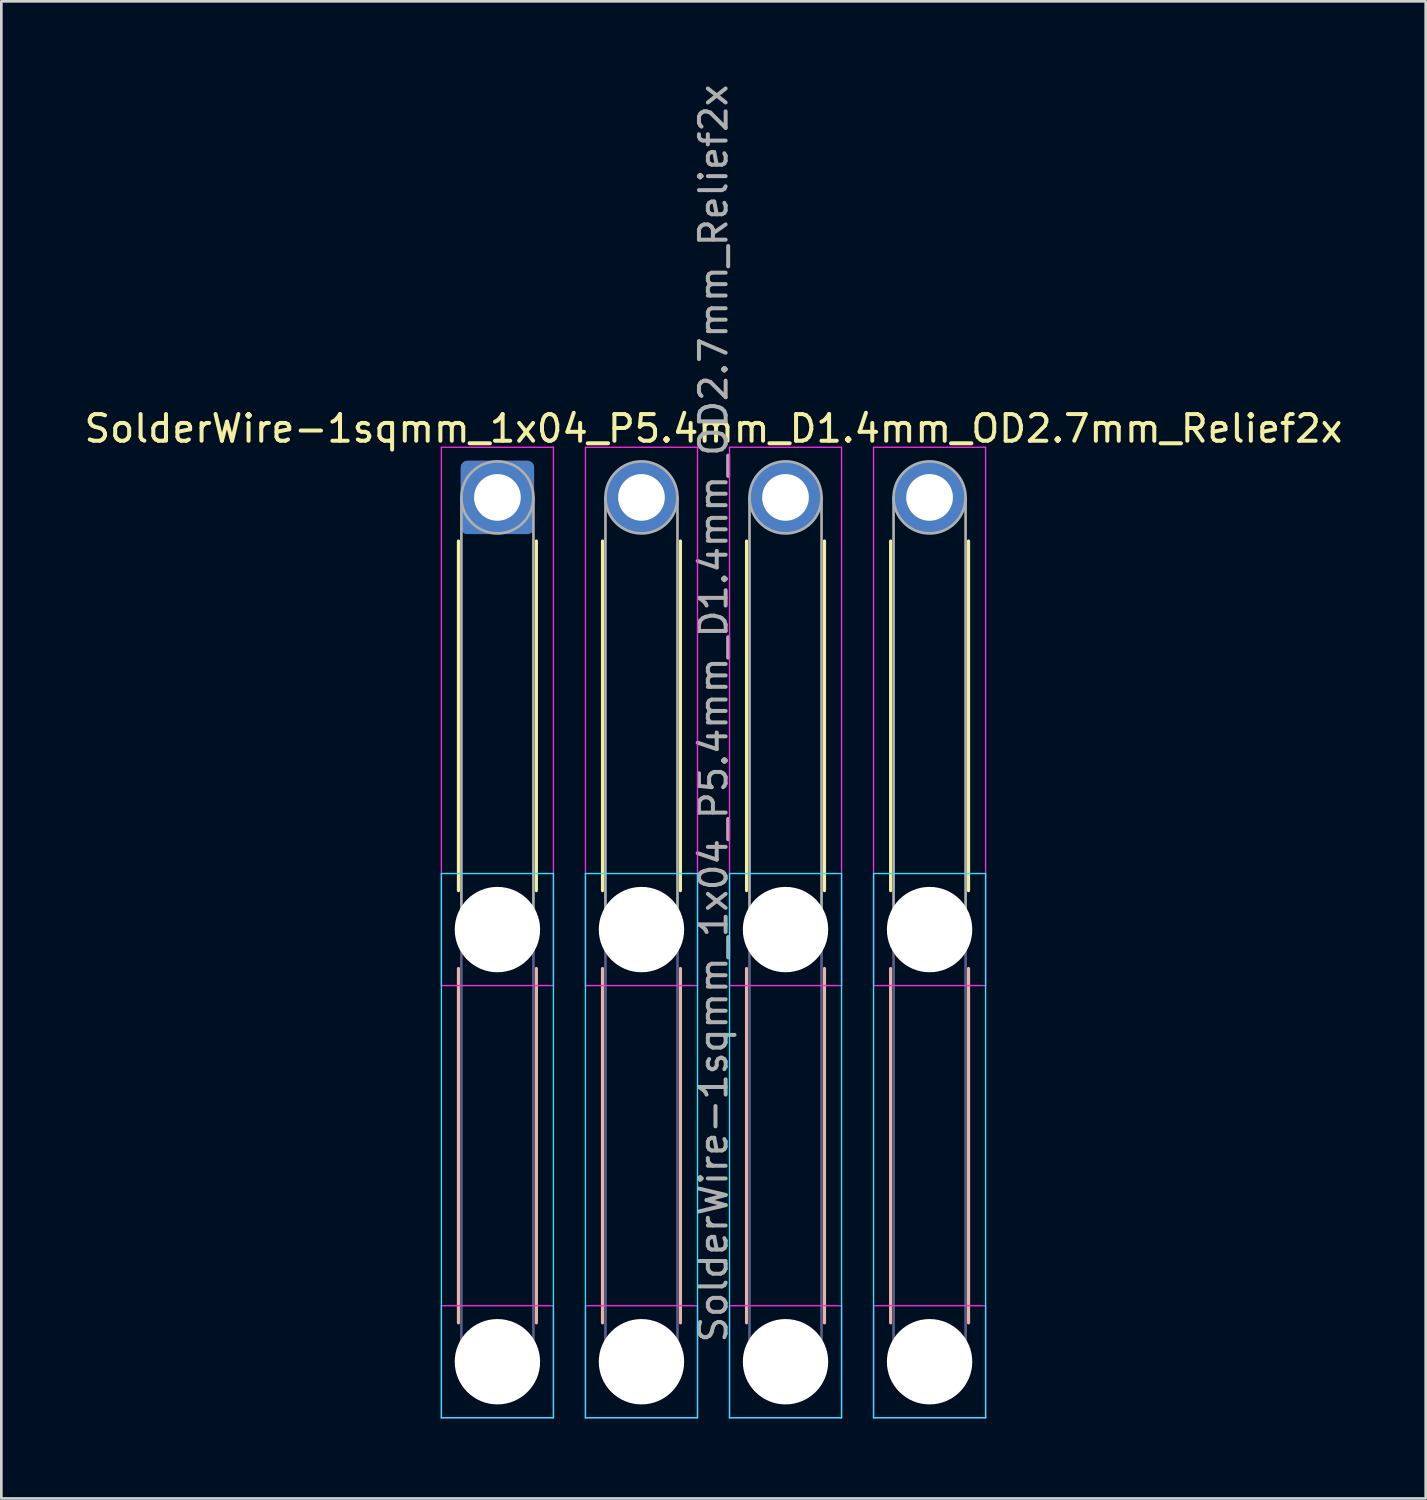
<source format=kicad_pcb>
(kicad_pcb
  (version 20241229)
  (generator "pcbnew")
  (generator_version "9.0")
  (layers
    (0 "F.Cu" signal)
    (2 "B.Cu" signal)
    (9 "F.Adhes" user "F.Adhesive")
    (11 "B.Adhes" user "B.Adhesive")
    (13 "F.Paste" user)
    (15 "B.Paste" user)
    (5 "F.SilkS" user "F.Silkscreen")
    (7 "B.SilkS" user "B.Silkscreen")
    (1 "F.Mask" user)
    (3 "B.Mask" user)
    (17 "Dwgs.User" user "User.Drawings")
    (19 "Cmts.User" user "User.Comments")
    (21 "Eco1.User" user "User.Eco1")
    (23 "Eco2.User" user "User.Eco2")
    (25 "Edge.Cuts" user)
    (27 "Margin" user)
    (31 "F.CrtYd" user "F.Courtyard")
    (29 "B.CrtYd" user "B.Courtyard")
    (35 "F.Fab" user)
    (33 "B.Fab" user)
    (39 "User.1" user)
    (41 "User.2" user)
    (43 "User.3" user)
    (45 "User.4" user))
  (footprint "SolderWire-1sqmm_1x04_P5.4mm_D1.4mm_OD2.7mm_Relief2x"
    (layer "F.Cu")
    (at 15.596 15.596)
    (property "Reference" "SolderWire-1sqmm_1x04_P5.4mm_D1.4mm_OD2.7mm_Relief2x" (at 8.1 -2.58 0) (layer "F.SilkS") (effects (font (size 1 1) (thickness 0.15))))
    (attr exclude_from_pos_files exclude_from_bom)
    (fp_line (start -1.46 1.635) (end -1.46 14.74) (stroke (width 0.12) (type solid)) (layer "F.SilkS"))
    (fp_line (start 1.46 1.635) (end 1.46 14.74) (stroke (width 0.12) (type solid)) (layer "F.SilkS"))
    (fp_line (start 3.94 1.635) (end 3.94 14.74) (stroke (width 0.12) (type solid)) (layer "F.SilkS"))
    (fp_line (start 6.86 1.635) (end 6.86 14.74) (stroke (width 0.12) (type solid)) (layer "F.SilkS"))
    (fp_line (start 9.34 1.635) (end 9.34 14.74) (stroke (width 0.12) (type solid)) (layer "F.SilkS"))
    (fp_line (start 12.26 1.635) (end 12.26 14.74) (stroke (width 0.12) (type solid)) (layer "F.SilkS"))
    (fp_line (start 14.74 1.635) (end 14.74 14.74) (stroke (width 0.12) (type solid)) (layer "F.SilkS"))
    (fp_line (start 17.66 1.635) (end 17.66 14.74) (stroke (width 0.12) (type solid)) (layer "F.SilkS"))
    (fp_line (start -1.46 17.66) (end -1.46 30.94) (stroke (width 0.12) (type solid)) (layer "B.SilkS"))
    (fp_line (start 1.46 17.66) (end 1.46 30.94) (stroke (width 0.12) (type solid)) (layer "B.SilkS"))
    (fp_line (start 3.94 17.66) (end 3.94 30.94) (stroke (width 0.12) (type solid)) (layer "B.SilkS"))
    (fp_line (start 6.86 17.66) (end 6.86 30.94) (stroke (width 0.12) (type solid)) (layer "B.SilkS"))
    (fp_line (start 9.34 17.66) (end 9.34 30.94) (stroke (width 0.12) (type solid)) (layer "B.SilkS"))
    (fp_line (start 12.26 17.66) (end 12.26 30.94) (stroke (width 0.12) (type solid)) (layer "B.SilkS"))
    (fp_line (start 14.74 17.66) (end 14.74 30.94) (stroke (width 0.12) (type solid)) (layer "B.SilkS"))
    (fp_line (start 17.66 17.66) (end 17.66 30.94) (stroke (width 0.12) (type solid)) (layer "B.SilkS"))
    (fp_line (start -2.1 14.1) (end -2.1 34.5) (stroke (width 0.05) (type solid)) (layer "B.CrtYd"))
    (fp_line (start -2.1 34.5) (end 2.1 34.5) (stroke (width 0.05) (type solid)) (layer "B.CrtYd"))
    (fp_line (start 2.1 14.1) (end -2.1 14.1) (stroke (width 0.05) (type solid)) (layer "B.CrtYd"))
    (fp_line (start 2.1 34.5) (end 2.1 14.1) (stroke (width 0.05) (type solid)) (layer "B.CrtYd"))
    (fp_line (start 3.3 14.1) (end 3.3 34.5) (stroke (width 0.05) (type solid)) (layer "B.CrtYd"))
    (fp_line (start 3.3 34.5) (end 7.5 34.5) (stroke (width 0.05) (type solid)) (layer "B.CrtYd"))
    (fp_line (start 7.5 14.1) (end 3.3 14.1) (stroke (width 0.05) (type solid)) (layer "B.CrtYd"))
    (fp_line (start 7.5 34.5) (end 7.5 14.1) (stroke (width 0.05) (type solid)) (layer "B.CrtYd"))
    (fp_line (start 8.7 14.1) (end 8.7 34.5) (stroke (width 0.05) (type solid)) (layer "B.CrtYd"))
    (fp_line (start 8.7 34.5) (end 12.9 34.5) (stroke (width 0.05) (type solid)) (layer "B.CrtYd"))
    (fp_line (start 12.9 14.1) (end 8.7 14.1) (stroke (width 0.05) (type solid)) (layer "B.CrtYd"))
    (fp_line (start 12.9 34.5) (end 12.9 14.1) (stroke (width 0.05) (type solid)) (layer "B.CrtYd"))
    (fp_line (start 14.1 14.1) (end 14.1 34.5) (stroke (width 0.05) (type solid)) (layer "B.CrtYd"))
    (fp_line (start 14.1 34.5) (end 18.3 34.5) (stroke (width 0.05) (type solid)) (layer "B.CrtYd"))
    (fp_line (start 18.3 14.1) (end 14.1 14.1) (stroke (width 0.05) (type solid)) (layer "B.CrtYd"))
    (fp_line (start 18.3 34.5) (end 18.3 14.1) (stroke (width 0.05) (type solid)) (layer "B.CrtYd"))
    (fp_line (start -2.1 -1.88) (end -2.1 18.3) (stroke (width 0.05) (type solid)) (layer "F.CrtYd"))
    (fp_line (start -2.1 18.3) (end 2.1 18.3) (stroke (width 0.05) (type solid)) (layer "F.CrtYd"))
    (fp_line (start -2.1 30.3) (end -2.1 34.5) (stroke (width 0.05) (type solid)) (layer "F.CrtYd"))
    (fp_line (start -2.1 34.5) (end 2.1 34.5) (stroke (width 0.05) (type solid)) (layer "F.CrtYd"))
    (fp_line (start 2.1 -1.88) (end -2.1 -1.88) (stroke (width 0.05) (type solid)) (layer "F.CrtYd"))
    (fp_line (start 2.1 18.3) (end 2.1 -1.88) (stroke (width 0.05) (type solid)) (layer "F.CrtYd"))
    (fp_line (start 2.1 30.3) (end -2.1 30.3) (stroke (width 0.05) (type solid)) (layer "F.CrtYd"))
    (fp_line (start 2.1 34.5) (end 2.1 30.3) (stroke (width 0.05) (type solid)) (layer "F.CrtYd"))
    (fp_line (start 3.3 -1.88) (end 3.3 18.3) (stroke (width 0.05) (type solid)) (layer "F.CrtYd"))
    (fp_line (start 3.3 18.3) (end 7.5 18.3) (stroke (width 0.05) (type solid)) (layer "F.CrtYd"))
    (fp_line (start 3.3 30.3) (end 3.3 34.5) (stroke (width 0.05) (type solid)) (layer "F.CrtYd"))
    (fp_line (start 3.3 34.5) (end 7.5 34.5) (stroke (width 0.05) (type solid)) (layer "F.CrtYd"))
    (fp_line (start 7.5 -1.88) (end 3.3 -1.88) (stroke (width 0.05) (type solid)) (layer "F.CrtYd"))
    (fp_line (start 7.5 18.3) (end 7.5 -1.88) (stroke (width 0.05) (type solid)) (layer "F.CrtYd"))
    (fp_line (start 7.5 30.3) (end 3.3 30.3) (stroke (width 0.05) (type solid)) (layer "F.CrtYd"))
    (fp_line (start 7.5 34.5) (end 7.5 30.3) (stroke (width 0.05) (type solid)) (layer "F.CrtYd"))
    (fp_line (start 8.7 -1.88) (end 8.7 18.3) (stroke (width 0.05) (type solid)) (layer "F.CrtYd"))
    (fp_line (start 8.7 18.3) (end 12.9 18.3) (stroke (width 0.05) (type solid)) (layer "F.CrtYd"))
    (fp_line (start 8.7 30.3) (end 8.7 34.5) (stroke (width 0.05) (type solid)) (layer "F.CrtYd"))
    (fp_line (start 8.7 34.5) (end 12.9 34.5) (stroke (width 0.05) (type solid)) (layer "F.CrtYd"))
    (fp_line (start 12.9 -1.88) (end 8.7 -1.88) (stroke (width 0.05) (type solid)) (layer "F.CrtYd"))
    (fp_line (start 12.9 18.3) (end 12.9 -1.88) (stroke (width 0.05) (type solid)) (layer "F.CrtYd"))
    (fp_line (start 12.9 30.3) (end 8.7 30.3) (stroke (width 0.05) (type solid)) (layer "F.CrtYd"))
    (fp_line (start 12.9 34.5) (end 12.9 30.3) (stroke (width 0.05) (type solid)) (layer "F.CrtYd"))
    (fp_line (start 14.1 -1.88) (end 14.1 18.3) (stroke (width 0.05) (type solid)) (layer "F.CrtYd"))
    (fp_line (start 14.1 18.3) (end 18.3 18.3) (stroke (width 0.05) (type solid)) (layer "F.CrtYd"))
    (fp_line (start 14.1 30.3) (end 14.1 34.5) (stroke (width 0.05) (type solid)) (layer "F.CrtYd"))
    (fp_line (start 14.1 34.5) (end 18.3 34.5) (stroke (width 0.05) (type solid)) (layer "F.CrtYd"))
    (fp_line (start 18.3 -1.88) (end 14.1 -1.88) (stroke (width 0.05) (type solid)) (layer "F.CrtYd"))
    (fp_line (start 18.3 18.3) (end 18.3 -1.88) (stroke (width 0.05) (type solid)) (layer "F.CrtYd"))
    (fp_line (start 18.3 30.3) (end 14.1 30.3) (stroke (width 0.05) (type solid)) (layer "F.CrtYd"))
    (fp_line (start 18.3 34.5) (end 18.3 30.3) (stroke (width 0.05) (type solid)) (layer "F.CrtYd"))
    (fp_line (start -1.35 16.2) (end -1.35 32.4) (stroke (width 0.1) (type solid)) (layer "B.Fab"))
    (fp_line (start 1.35 16.2) (end 1.35 32.4) (stroke (width 0.1) (type solid)) (layer "B.Fab"))
    (fp_line (start 4.05 16.2) (end 4.05 32.4) (stroke (width 0.1) (type solid)) (layer "B.Fab"))
    (fp_line (start 6.75 16.2) (end 6.75 32.4) (stroke (width 0.1) (type solid)) (layer "B.Fab"))
    (fp_line (start 9.45 16.2) (end 9.45 32.4) (stroke (width 0.1) (type solid)) (layer "B.Fab"))
    (fp_line (start 12.15 16.2) (end 12.15 32.4) (stroke (width 0.1) (type solid)) (layer "B.Fab"))
    (fp_line (start 14.85 16.2) (end 14.85 32.4) (stroke (width 0.1) (type solid)) (layer "B.Fab"))
    (fp_line (start 17.55 16.2) (end 17.55 32.4) (stroke (width 0.1) (type solid)) (layer "B.Fab"))
    (fp_circle (center 0 16.2) (end 1.35 16.2) (stroke (width 0.1) (type solid)) (fill no) (layer "B.Fab"))
    (fp_circle (center 0 32.4) (end 1.35 32.4) (stroke (width 0.1) (type solid)) (fill no) (layer "B.Fab"))
    (fp_circle (center 5.4 16.2) (end 6.75 16.2) (stroke (width 0.1) (type solid)) (fill no) (layer "B.Fab"))
    (fp_circle (center 5.4 32.4) (end 6.75 32.4) (stroke (width 0.1) (type solid)) (fill no) (layer "B.Fab"))
    (fp_circle (center 10.8 16.2) (end 12.15 16.2) (stroke (width 0.1) (type solid)) (fill no) (layer "B.Fab"))
    (fp_circle (center 10.8 32.4) (end 12.15 32.4) (stroke (width 0.1) (type solid)) (fill no) (layer "B.Fab"))
    (fp_circle (center 16.2 16.2) (end 17.55 16.2) (stroke (width 0.1) (type solid)) (fill no) (layer "B.Fab"))
    (fp_circle (center 16.2 32.4) (end 17.55 32.4) (stroke (width 0.1) (type solid)) (fill no) (layer "B.Fab"))
    (fp_line (start -1.35 0) (end -1.35 16.2) (stroke (width 0.1) (type solid)) (layer "F.Fab"))
    (fp_line (start 1.35 0) (end 1.35 16.2) (stroke (width 0.1) (type solid)) (layer "F.Fab"))
    (fp_line (start 4.05 0) (end 4.05 16.2) (stroke (width 0.1) (type solid)) (layer "F.Fab"))
    (fp_line (start 6.75 0) (end 6.75 16.2) (stroke (width 0.1) (type solid)) (layer "F.Fab"))
    (fp_line (start 9.45 0) (end 9.45 16.2) (stroke (width 0.1) (type solid)) (layer "F.Fab"))
    (fp_line (start 12.15 0) (end 12.15 16.2) (stroke (width 0.1) (type solid)) (layer "F.Fab"))
    (fp_line (start 14.85 0) (end 14.85 16.2) (stroke (width 0.1) (type solid)) (layer "F.Fab"))
    (fp_line (start 17.55 0) (end 17.55 16.2) (stroke (width 0.1) (type solid)) (layer "F.Fab"))
    (fp_circle (center 0 0) (end 1.35 0) (stroke (width 0.1) (type solid)) (fill no) (layer "F.Fab"))
    (fp_circle (center 0 16.2) (end 1.35 16.2) (stroke (width 0.1) (type solid)) (fill no) (layer "F.Fab"))
    (fp_circle (center 0 32.4) (end 1.35 32.4) (stroke (width 0.1) (type solid)) (fill no) (layer "F.Fab"))
    (fp_circle (center 5.4 0) (end 6.75 0) (stroke (width 0.1) (type solid)) (fill no) (layer "F.Fab"))
    (fp_circle (center 5.4 16.2) (end 6.75 16.2) (stroke (width 0.1) (type solid)) (fill no) (layer "F.Fab"))
    (fp_circle (center 5.4 32.4) (end 6.75 32.4) (stroke (width 0.1) (type solid)) (fill no) (layer "F.Fab"))
    (fp_circle (center 10.8 0) (end 12.15 0) (stroke (width 0.1) (type solid)) (fill no) (layer "F.Fab"))
    (fp_circle (center 10.8 16.2) (end 12.15 16.2) (stroke (width 0.1) (type solid)) (fill no) (layer "F.Fab"))
    (fp_circle (center 10.8 32.4) (end 12.15 32.4) (stroke (width 0.1) (type solid)) (fill no) (layer "F.Fab"))
    (fp_circle (center 16.2 0) (end 17.55 0) (stroke (width 0.1) (type solid)) (fill no) (layer "F.Fab"))
    (fp_circle (center 16.2 16.2) (end 17.55 16.2) (stroke (width 0.1) (type solid)) (fill no) (layer "F.Fab"))
    (fp_circle (center 16.2 32.4) (end 17.55 32.4) (stroke (width 0.1) (type solid)) (fill no) (layer "F.Fab"))
    (fp_text user "${REFERENCE}" (at 8.1 8.1 90) (layer "F.Fab") (effects (font (size 1 1) (thickness 0.15))))
    (pad "" np_thru_hole circle (at 0 16.2) (size 3.2 3.2) (drill 3.2) (layers "*.Cu" "*.Mask"))
    (pad "" np_thru_hole circle (at 0 32.4) (size 3.2 3.2) (drill 3.2) (layers "*.Cu" "*.Mask"))
    (pad "" np_thru_hole circle (at 5.4 16.2) (size 3.2 3.2) (drill 3.2) (layers "*.Cu" "*.Mask"))
    (pad "" np_thru_hole circle (at 5.4 32.4) (size 3.2 3.2) (drill 3.2) (layers "*.Cu" "*.Mask"))
    (pad "" np_thru_hole circle (at 10.8 16.2) (size 3.2 3.2) (drill 3.2) (layers "*.Cu" "*.Mask"))
    (pad "" np_thru_hole circle (at 10.8 32.4) (size 3.2 3.2) (drill 3.2) (layers "*.Cu" "*.Mask"))
    (pad "" np_thru_hole circle (at 16.2 16.2) (size 3.2 3.2) (drill 3.2) (layers "*.Cu" "*.Mask"))
    (pad "" np_thru_hole circle (at 16.2 32.4) (size 3.2 3.2) (drill 3.2) (layers "*.Cu" "*.Mask"))
    (pad "1" thru_hole roundrect (at 0 0) (size 2.75 2.75) (drill 1.75) (layers "*.Cu" "*.Mask") (roundrect_rratio 0.091))
    (pad "2" thru_hole circle (at 5.4 0) (size 2.75 2.75) (drill 1.75) (layers "*.Cu" "*.Mask"))
    (pad "3" thru_hole circle (at 10.8 0) (size 2.75 2.75) (drill 1.75) (layers "*.Cu" "*.Mask"))
    (pad "4" thru_hole circle (at 16.2 0) (size 2.75 2.75) (drill 1.75) (layers "*.Cu" "*.Mask")))
  (gr_rect
    (start -3 -3)
    (end 50.393 53.121)
    (stroke (width 0.1) (type default))
    (fill no)
    (layer "Edge.Cuts")))
</source>
